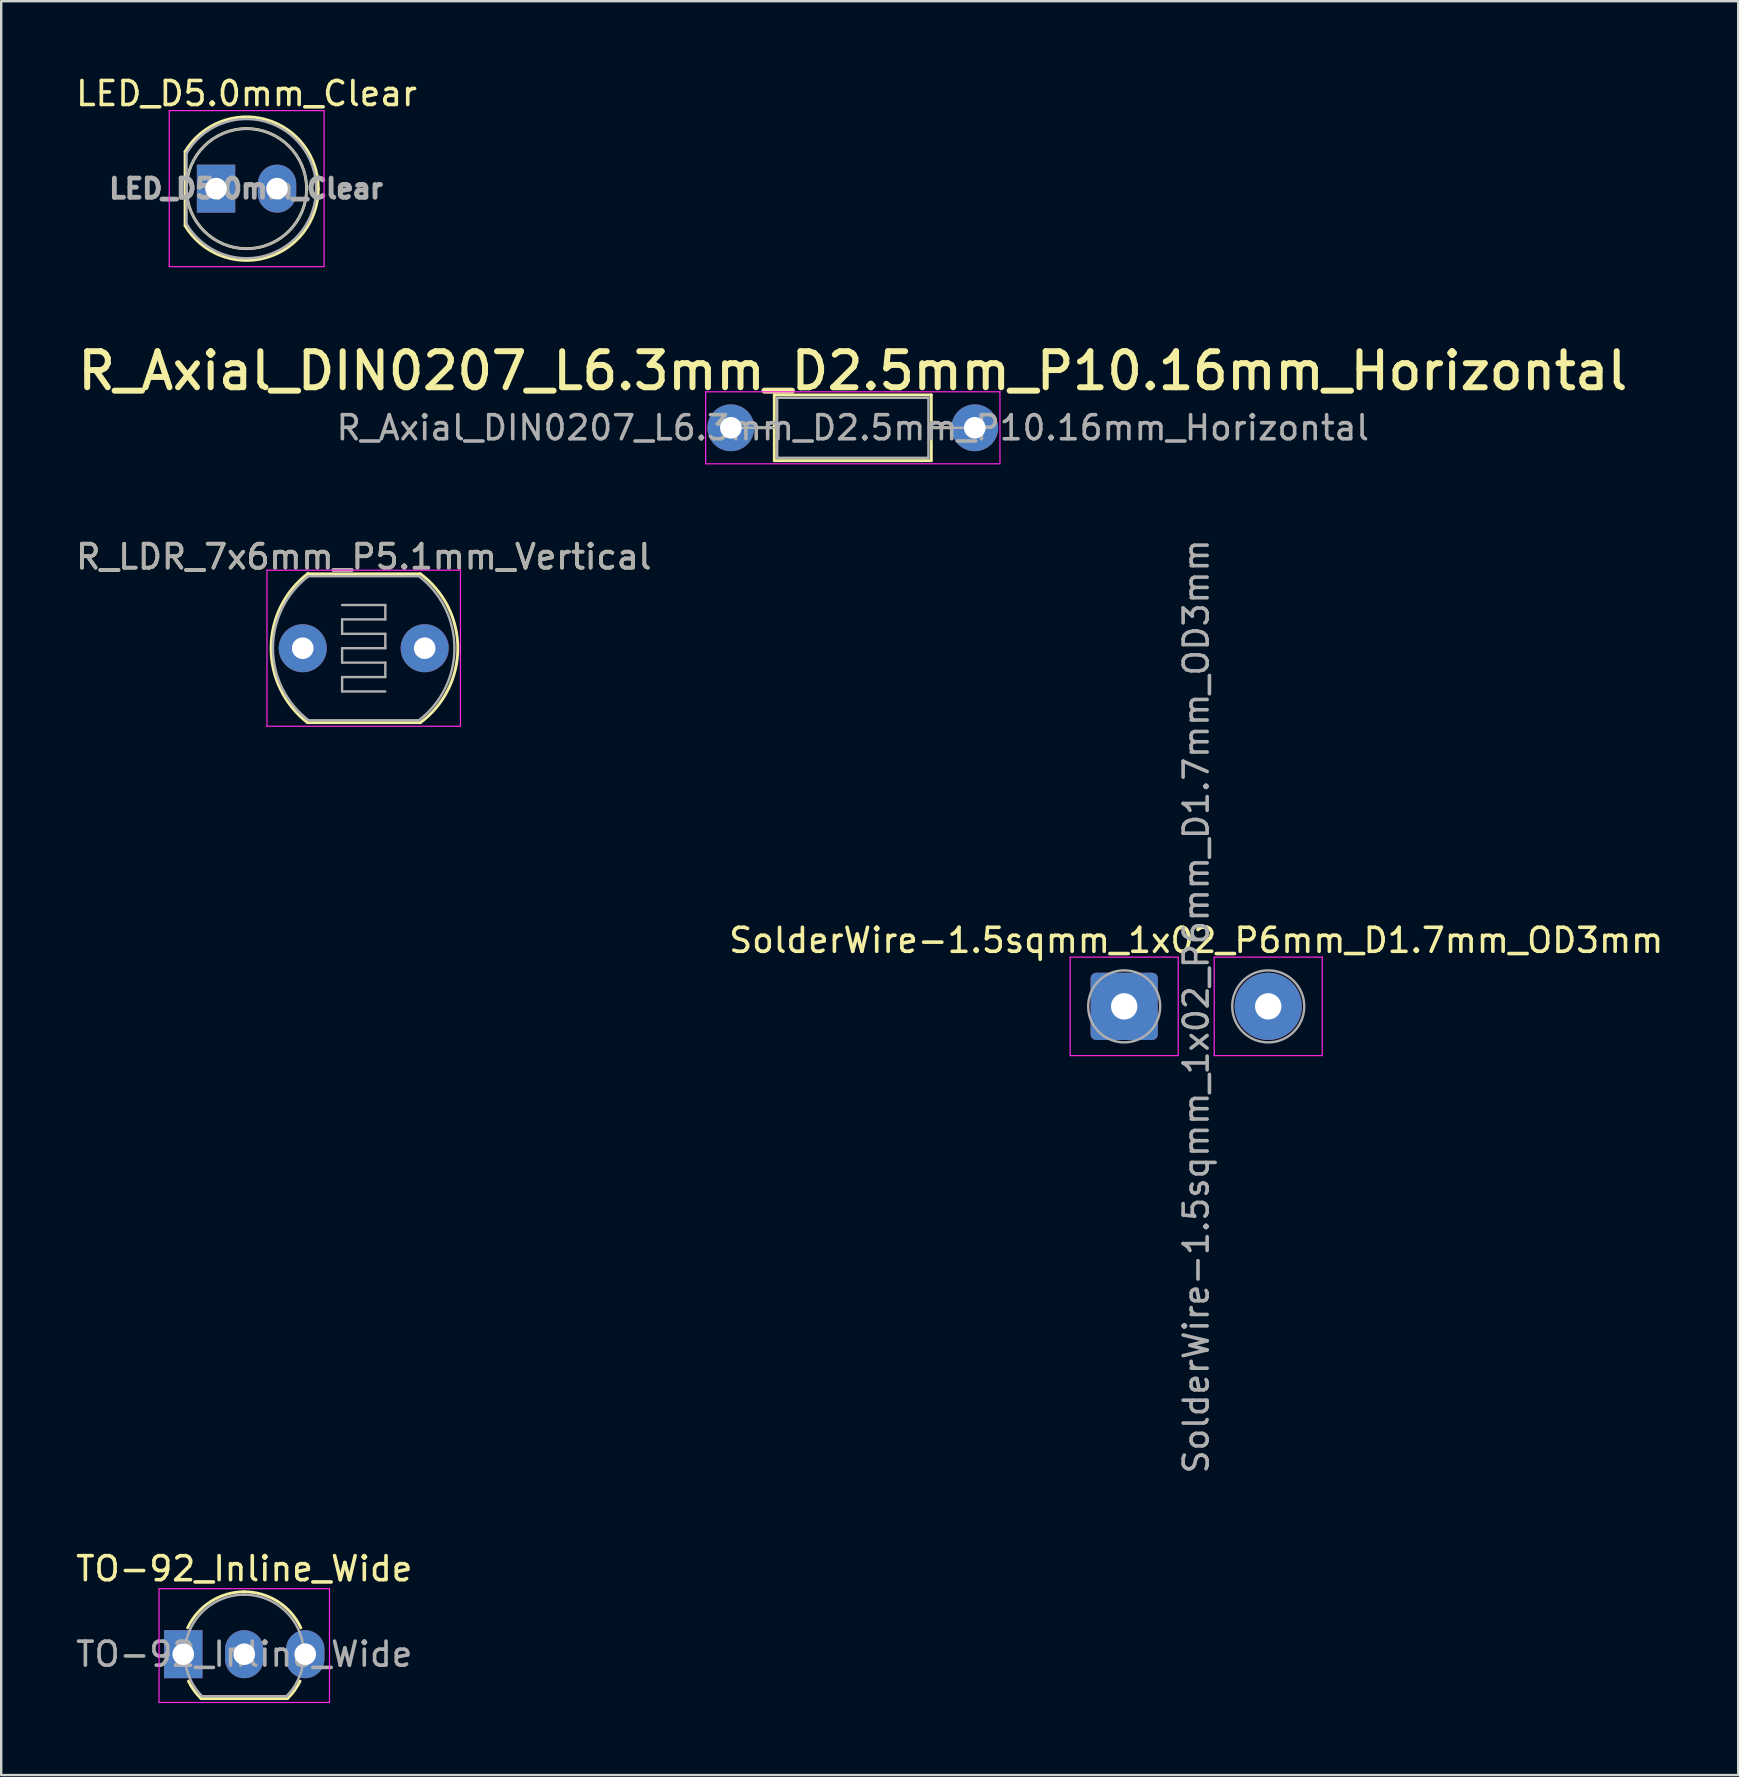
<source format=kicad_pcb>
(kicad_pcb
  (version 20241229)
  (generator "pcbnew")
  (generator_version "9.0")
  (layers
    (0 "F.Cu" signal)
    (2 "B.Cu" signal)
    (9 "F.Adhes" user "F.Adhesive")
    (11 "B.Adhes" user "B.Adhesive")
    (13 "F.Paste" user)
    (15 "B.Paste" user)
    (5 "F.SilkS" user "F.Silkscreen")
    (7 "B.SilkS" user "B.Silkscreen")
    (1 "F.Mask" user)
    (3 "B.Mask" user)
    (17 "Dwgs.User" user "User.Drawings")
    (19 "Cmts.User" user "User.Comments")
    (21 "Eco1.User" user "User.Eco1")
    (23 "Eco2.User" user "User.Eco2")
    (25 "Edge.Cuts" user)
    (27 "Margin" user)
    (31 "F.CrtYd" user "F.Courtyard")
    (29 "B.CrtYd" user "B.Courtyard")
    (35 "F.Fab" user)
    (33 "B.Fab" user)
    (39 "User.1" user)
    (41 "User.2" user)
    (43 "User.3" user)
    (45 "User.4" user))
  (footprint "LED_D5.0mm_Clear"
    (layer "F.Cu")
    (at 5.95 4.808)
    (property "Reference" "LED_D5.0mm_Clear" (at 1.27 -3.96 0) (layer "F.SilkS") (effects (font (size 1 1) (thickness 0.15))))
    (attr through_hole)
    (fp_line (start -1.29 -1.545) (end -1.29 1.545) (stroke (width 0.12) (type solid)) (layer "F.SilkS"))
    (fp_arc (start -1.29 -1.54483) (mid 2.072002 -2.880433) (end 4.26 0.000462) (stroke (width 0.12) (type solid)) (layer "F.SilkS"))
    (fp_arc (start 4.26 -0.000462) (mid 2.072002 2.880433) (end -1.29 1.54483) (stroke (width 0.12) (type solid)) (layer "F.SilkS"))
    (fp_circle (center 1.27 0) (end 3.77 0) (stroke (width 0.12) (type solid)) (fill no) (layer "F.SilkS"))
    (fp_line (start -1.95 -3.25) (end -1.95 3.25) (stroke (width 0.05) (type solid)) (layer "F.CrtYd"))
    (fp_line (start -1.95 3.25) (end 4.5 3.25) (stroke (width 0.05) (type solid)) (layer "F.CrtYd"))
    (fp_line (start 4.5 -3.25) (end -1.95 -3.25) (stroke (width 0.05) (type solid)) (layer "F.CrtYd"))
    (fp_line (start 4.5 3.25) (end 4.5 -3.25) (stroke (width 0.05) (type solid)) (layer "F.CrtYd"))
    (fp_line (start -1.23 -1.47) (end -1.23 1.47) (stroke (width 0.1) (type solid)) (layer "F.Fab"))
    (fp_arc (start -1.23 -1.469694) (mid 4.17 0.000016) (end -1.230016 1.469666) (stroke (width 0.1) (type solid)) (layer "F.Fab"))
    (fp_circle (center 1.27 0) (end 3.77 0) (stroke (width 0.1) (type solid)) (fill no) (layer "F.Fab"))
    (fp_text user "${REFERENCE}" (at 1.25 0 0) (layer "F.Fab") (effects (font (size 0.8 0.8) (thickness 0.2))))
    (pad "1" thru_hole rect (at 0 0) (size 1.6 2) (drill 0.9) (layers "*.Cu" "*.Mask"))
    (pad "2" thru_hole oval (at 2.54 0) (size 1.6 2) (drill 0.9) (layers "*.Cu" "*.Mask")))
  (footprint "SolderWire-1.5sqmm_1x02_P6mm_D1.7mm_OD3mm"
    (layer "F.Cu")
    (at 43.78 38.872)
    (property "Reference" "SolderWire-1.5sqmm_1x02_P6mm_D1.7mm_OD3mm" (at 3 -2.75 0) (layer "F.SilkS") (effects (font (size 1 1) (thickness 0.15))))
    (attr exclude_from_pos_files exclude_from_bom)
    (fp_line (start -2.25 -2.05) (end -2.25 2.05) (stroke (width 0.05) (type solid)) (layer "F.CrtYd"))
    (fp_line (start -2.25 2.05) (end 2.25 2.05) (stroke (width 0.05) (type solid)) (layer "F.CrtYd"))
    (fp_line (start 2.25 -2.05) (end -2.25 -2.05) (stroke (width 0.05) (type solid)) (layer "F.CrtYd"))
    (fp_line (start 2.25 2.05) (end 2.25 -2.05) (stroke (width 0.05) (type solid)) (layer "F.CrtYd"))
    (fp_line (start 3.75 -2.05) (end 3.75 2.05) (stroke (width 0.05) (type solid)) (layer "F.CrtYd"))
    (fp_line (start 3.75 2.05) (end 8.25 2.05) (stroke (width 0.05) (type solid)) (layer "F.CrtYd"))
    (fp_line (start 8.25 -2.05) (end 3.75 -2.05) (stroke (width 0.05) (type solid)) (layer "F.CrtYd"))
    (fp_line (start 8.25 2.05) (end 8.25 -2.05) (stroke (width 0.05) (type solid)) (layer "F.CrtYd"))
    (fp_circle (center 0 0) (end 1.5 0) (stroke (width 0.1) (type solid)) (fill no) (layer "F.Fab"))
    (fp_circle (center 6 0) (end 7.5 0) (stroke (width 0.1) (type solid)) (fill no) (layer "F.Fab"))
    (fp_text user "${REFERENCE}" (at 3 0 90) (layer "F.Fab") (effects (font (size 1 1) (thickness 0.15))))
    (pad "1" thru_hole roundrect (at 0 0) (size 2.8 2.8) (drill 1.1) (layers "*.Cu" "*.Mask") (roundrect_rratio 0.081))
    (pad "2" thru_hole circle (at 6 0) (size 2.8 2.8) (drill 1.1) (layers "*.Cu" "*.Mask")))
  (footprint "TO-92_Inline_Wide"
    (layer "F.Cu")
    (at 4.585 65.858)
    (property "Reference" "TO-92_Inline_Wide" (at 2.54 -3.56 0) (layer "F.SilkS") (effects (font (size 1 1) (thickness 0.15))))
    (attr through_hole)
    (fp_line (start 0.74 1.85) (end 4.34 1.85) (stroke (width 0.12) (type solid)) (layer "F.SilkS"))
    (fp_arc (start 0.1836 -1.098807) (mid 1.143021 -2.192817) (end 2.54 -2.6) (stroke (width 0.12) (type solid)) (layer "F.SilkS"))
    (fp_arc (start 0.74 1.85) (mid 0.446097 1.509328) (end 0.215816 1.122795) (stroke (width 0.12) (type solid)) (layer "F.SilkS"))
    (fp_arc (start 2.54 -2.6) (mid 3.936979 -2.192818) (end 4.8964 -1.098807) (stroke (width 0.12) (type solid)) (layer "F.SilkS"))
    (fp_arc (start 4.864184 1.122795) (mid 4.633903 1.509328) (end 4.34 1.85) (stroke (width 0.12) (type solid)) (layer "F.SilkS"))
    (fp_line (start -1.01 -2.73) (end -1.01 2.01) (stroke (width 0.05) (type solid)) (layer "F.CrtYd"))
    (fp_line (start -1.01 -2.73) (end 6.09 -2.73) (stroke (width 0.05) (type solid)) (layer "F.CrtYd"))
    (fp_line (start 6.09 2.01) (end -1.01 2.01) (stroke (width 0.05) (type solid)) (layer "F.CrtYd"))
    (fp_line (start 6.09 2.01) (end 6.09 -2.73) (stroke (width 0.05) (type solid)) (layer "F.CrtYd"))
    (fp_line (start 0.8 1.75) (end 4.3 1.75) (stroke (width 0.1) (type solid)) (layer "F.Fab"))
    (fp_arc (start 0.786375 1.753625) (mid 0.248779 -0.949055) (end 2.54 -2.48) (stroke (width 0.1) (type solid)) (layer "F.Fab"))
    (fp_arc (start 2.54 -2.48) (mid 4.831221 -0.949055) (end 4.293625 1.753625) (stroke (width 0.1) (type solid)) (layer "F.Fab"))
    (fp_text user "${REFERENCE}" (at 2.54 0 0) (layer "F.Fab") (effects (font (size 1 1) (thickness 0.15))))
    (pad "1" thru_hole rect (at 0 0) (size 1.6 2) (drill 0.9) (layers "*.Cu" "*.Mask"))
    (pad "2" thru_hole oval (at 2.54 0) (size 1.6 2) (drill 0.9) (layers "*.Cu" "*.Mask"))
    (pad "3" thru_hole oval (at 5.08 0) (size 1.6 2) (drill 0.9) (layers "*.Cu" "*.Mask")))
  (footprint "R_LDR_7x6mm_P5.1mm_Vertical"
    (layer "F.Cu")
    (at 9.561 23.953)
    (property "Reference" "R_LDR_7x6mm_P5.1mm_Vertical" (at 2.54 -3.81 0) (layer "F.SilkS") (effects (font (size 1 1) (thickness 0.15))))
    (attr through_hole)
    (fp_line (start 0.2 -3.1) (end 4.9 -3.1) (stroke (width 0.12) (type solid)) (layer "F.SilkS"))
    (fp_line (start 0.2 3.1) (end 4.9 3.1) (stroke (width 0.12) (type solid)) (layer "F.SilkS"))
    (fp_arc (start 0.2 3.1) (mid -1.320423 -0.016888) (end 0.226796 -3.120561) (stroke (width 0.12) (type solid)) (layer "F.SilkS"))
    (fp_arc (start 4.9 -3.1) (mid 6.460049 0.00492) (end 4.89209 3.105853) (stroke (width 0.12) (type solid)) (layer "F.SilkS"))
    (fp_line (start -1.49 -3.25) (end -1.49 3.25) (stroke (width 0.05) (type solid)) (layer "F.CrtYd"))
    (fp_line (start -1.49 -3.25) (end 6.57 -3.25) (stroke (width 0.05) (type solid)) (layer "F.CrtYd"))
    (fp_line (start 6.57 3.25) (end -1.49 3.25) (stroke (width 0.05) (type solid)) (layer "F.CrtYd"))
    (fp_line (start 6.57 3.25) (end 6.57 -3.25) (stroke (width 0.05) (type solid)) (layer "F.CrtYd"))
    (fp_line (start 0.24 -3) (end 4.84 -3) (stroke (width 0.1) (type solid)) (layer "F.Fab"))
    (fp_line (start 1.64 -1.8) (end 3.44 -1.8) (stroke (width 0.1) (type solid)) (layer "F.Fab"))
    (fp_line (start 1.64 -1.2) (end 1.64 -0.6) (stroke (width 0.1) (type solid)) (layer "F.Fab"))
    (fp_line (start 1.64 -0.6) (end 3.44 -0.6) (stroke (width 0.1) (type solid)) (layer "F.Fab"))
    (fp_line (start 1.64 0) (end 1.64 0.6) (stroke (width 0.1) (type solid)) (layer "F.Fab"))
    (fp_line (start 1.64 0.6) (end 3.44 0.6) (stroke (width 0.1) (type solid)) (layer "F.Fab"))
    (fp_line (start 1.64 1.2) (end 1.64 1.8) (stroke (width 0.1) (type solid)) (layer "F.Fab"))
    (fp_line (start 1.64 1.8) (end 3.44 1.8) (stroke (width 0.1) (type solid)) (layer "F.Fab"))
    (fp_line (start 3.44 -1.8) (end 3.44 -1.2) (stroke (width 0.1) (type solid)) (layer "F.Fab"))
    (fp_line (start 3.44 -1.2) (end 1.64 -1.2) (stroke (width 0.1) (type solid)) (layer "F.Fab"))
    (fp_line (start 3.44 -0.6) (end 3.44 0) (stroke (width 0.1) (type solid)) (layer "F.Fab"))
    (fp_line (start 3.44 0) (end 1.64 0) (stroke (width 0.1) (type solid)) (layer "F.Fab"))
    (fp_line (start 3.44 0.6) (end 3.44 1.2) (stroke (width 0.1) (type solid)) (layer "F.Fab"))
    (fp_line (start 3.44 1.2) (end 1.64 1.2) (stroke (width 0.1) (type solid)) (layer "F.Fab"))
    (fp_line (start 4.84 3) (end 0.24 3) (stroke (width 0.1) (type solid)) (layer "F.Fab"))
    (fp_arc (start 0.24 3) (mid -1.240211 0.001572) (end 0.237506 -2.998087) (stroke (width 0.1) (type solid)) (layer "F.Fab"))
    (fp_arc (start 4.84 -3) (mid 6.320211 -0.001572) (end 4.842494 2.998087) (stroke (width 0.1) (type solid)) (layer "F.Fab"))
    (fp_text user "${REFERENCE}" (at 2.54 -3.81 0) (layer "F.Fab") (effects (font (size 1 1) (thickness 0.15))))
    (pad "1" thru_hole circle (at 0 0) (size 2 2) (drill 0.9) (layers "*.Cu" "*.Mask"))
    (pad "2" thru_hole circle (at 5.08 0) (size 2 2) (drill 0.9) (layers "*.Cu" "*.Mask")))
  (footprint "R_Axial_DIN0207_L6.3mm_D2.5mm_P10.16mm_Horizontal"
    (layer "F.Cu")
    (at 27.395 14.77)
    (property "Reference" "R_Axial_DIN0207_L6.3mm_D2.5mm_P10.16mm_Horizontal" (at 5.08 -2.37 0) (layer "F.SilkS") (effects (font (size 1.5 1.5) (thickness 0.25) (bold yes))))
    (attr through_hole)
    (fp_line (start 1.04 0) (end 1.81 0) (stroke (width 0.12) (type solid)) (layer "F.SilkS"))
    (fp_line (start 1.81 -1.37) (end 1.81 1.37) (stroke (width 0.12) (type solid)) (layer "F.SilkS"))
    (fp_line (start 1.81 1.37) (end 8.35 1.37) (stroke (width 0.12) (type solid)) (layer "F.SilkS"))
    (fp_line (start 8.35 -1.37) (end 1.81 -1.37) (stroke (width 0.12) (type solid)) (layer "F.SilkS"))
    (fp_line (start 8.35 1.37) (end 8.35 -1.37) (stroke (width 0.12) (type solid)) (layer "F.SilkS"))
    (fp_line (start 9.12 0) (end 8.35 0) (stroke (width 0.12) (type solid)) (layer "F.SilkS"))
    (fp_line (start -1.05 -1.5) (end -1.05 1.5) (stroke (width 0.05) (type solid)) (layer "F.CrtYd"))
    (fp_line (start -1.05 1.5) (end 11.21 1.5) (stroke (width 0.05) (type solid)) (layer "F.CrtYd"))
    (fp_line (start 11.21 -1.5) (end -1.05 -1.5) (stroke (width 0.05) (type solid)) (layer "F.CrtYd"))
    (fp_line (start 11.21 1.5) (end 11.21 -1.5) (stroke (width 0.05) (type solid)) (layer "F.CrtYd"))
    (fp_line (start 0 0) (end 1.93 0) (stroke (width 0.1) (type solid)) (layer "F.Fab"))
    (fp_line (start 1.93 -1.25) (end 1.93 1.25) (stroke (width 0.1) (type solid)) (layer "F.Fab"))
    (fp_line (start 1.93 1.25) (end 8.23 1.25) (stroke (width 0.1) (type solid)) (layer "F.Fab"))
    (fp_line (start 8.23 -1.25) (end 1.93 -1.25) (stroke (width 0.1) (type solid)) (layer "F.Fab"))
    (fp_line (start 8.23 1.25) (end 8.23 -1.25) (stroke (width 0.1) (type solid)) (layer "F.Fab"))
    (fp_line (start 10.16 0) (end 8.23 0) (stroke (width 0.1) (type solid)) (layer "F.Fab"))
    (fp_text user "${REFERENCE}" (at 5.08 0 0) (layer "F.Fab") (effects (font (size 1 1) (thickness 0.15))))
    (pad "1" thru_hole circle (at 0 0) (size 1.95 1.95) (drill 0.9) (layers "*.Cu" "*.Mask"))
    (pad "2" thru_hole circle (at 10.16 0) (size 1.95 1.95) (drill 0.9) (layers "*.Cu" "*.Mask")))
  (gr_rect
    (start -3 -3)
    (end 69.357 70.893)
    (stroke (width 0.1) (type default))
    (fill no)
    (layer "Edge.Cuts")))
</source>
